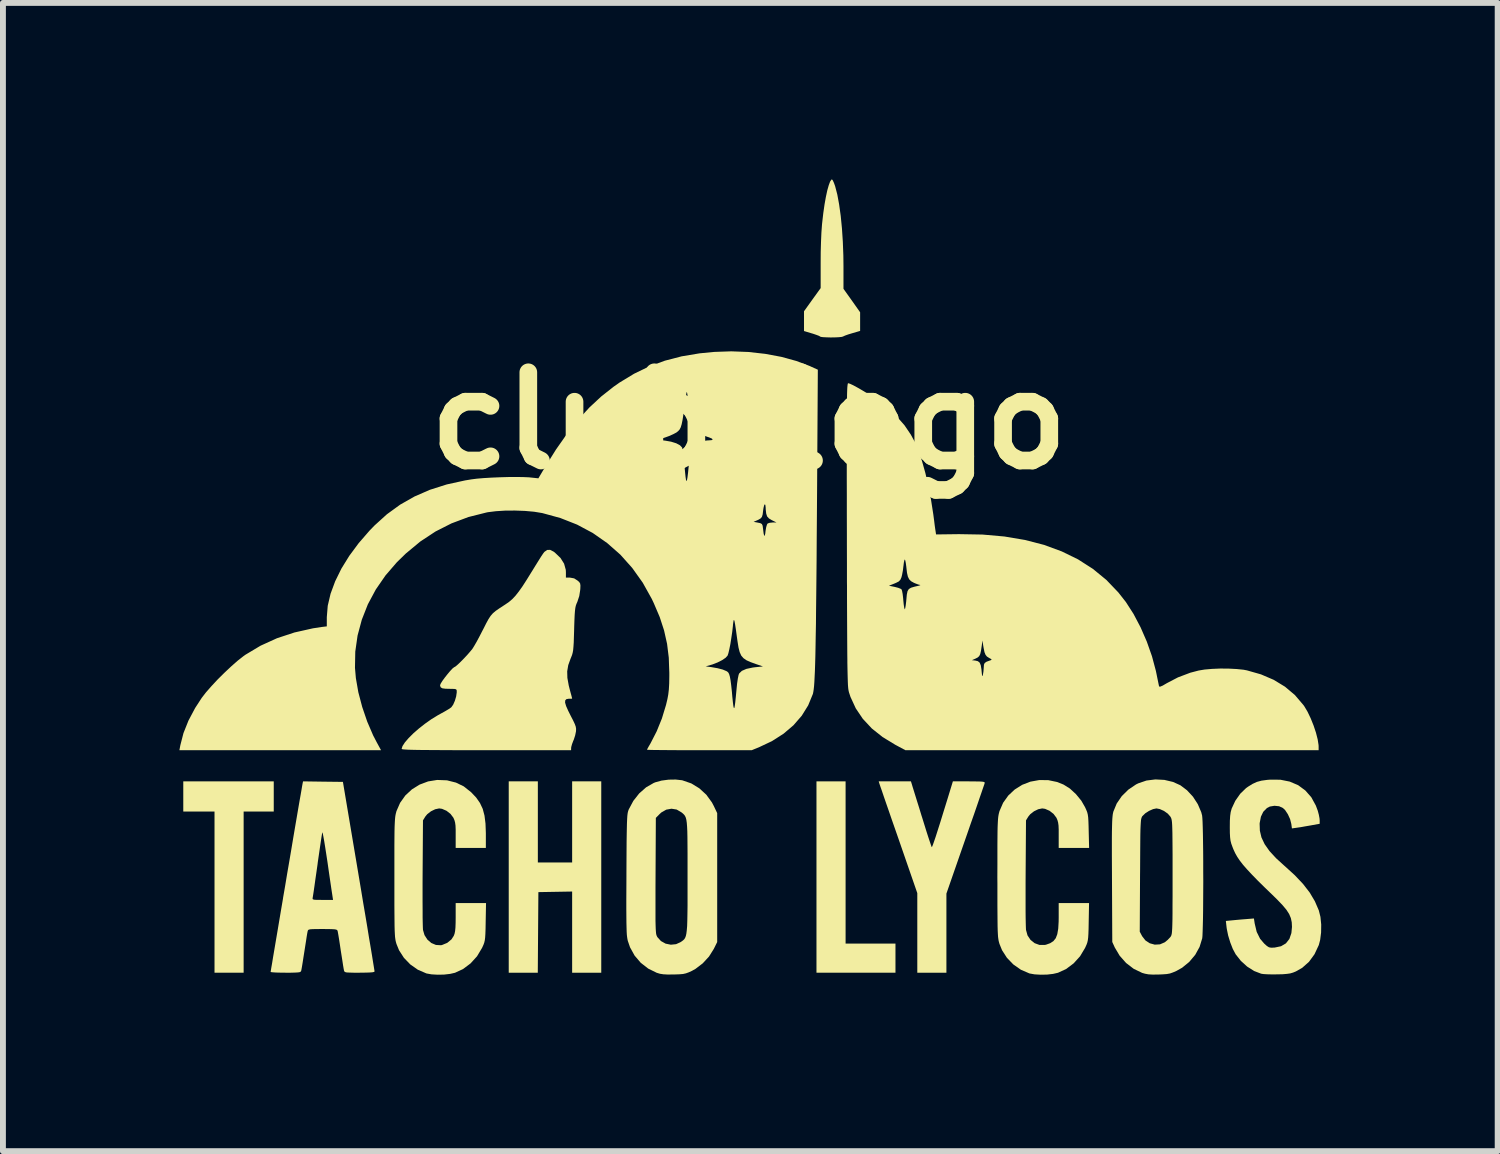
<source format=kicad_pcb>
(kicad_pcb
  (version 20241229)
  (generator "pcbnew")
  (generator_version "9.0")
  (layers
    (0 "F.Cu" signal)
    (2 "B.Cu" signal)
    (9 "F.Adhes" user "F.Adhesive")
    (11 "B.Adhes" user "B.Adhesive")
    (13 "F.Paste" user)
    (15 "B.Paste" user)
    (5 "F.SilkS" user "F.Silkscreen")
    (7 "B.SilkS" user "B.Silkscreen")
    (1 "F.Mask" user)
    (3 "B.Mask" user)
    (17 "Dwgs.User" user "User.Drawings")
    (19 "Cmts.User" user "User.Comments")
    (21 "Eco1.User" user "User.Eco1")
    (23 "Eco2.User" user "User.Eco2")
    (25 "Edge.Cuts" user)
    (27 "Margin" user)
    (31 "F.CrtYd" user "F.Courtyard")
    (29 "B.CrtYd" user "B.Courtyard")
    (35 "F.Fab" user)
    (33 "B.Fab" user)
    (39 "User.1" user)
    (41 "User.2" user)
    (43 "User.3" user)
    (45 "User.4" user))
  (footprint "club_logo"
    (layer "F.Cu")
    (at 9.682 4.101)
    (property "Reference" "club_logo" (at 0 0 0) (layer "F.SilkS") (effects (font (size 1.5 1.5) (thickness 0.3))))
    (attr board_only exclude_from_pos_files exclude_from_bom)
    (fp_poly (pts (xy 1.644 7.512) (xy 1.644 8.891) (xy 2.068 8.891) (xy 2.492 8.891) (xy 2.492 9.138) (xy 2.492 9.386) (xy 1.821 9.386) (xy 1.149 9.386) (xy 1.149 7.76) (xy 1.149 6.133) (xy 1.396 6.133) (xy 1.644 6.133)) (stroke (width 0) (type solid)) (fill yes) (layer "F.SilkS"))
    (fp_poly (pts (xy -8.078 6.39) (xy -8.078 6.646) (xy -8.334 6.646) (xy -8.59 6.646) (xy -8.59 8.016) (xy -8.59 9.386) (xy -8.838 9.386) (xy -9.085 9.386) (xy -9.085 8.016) (xy -9.085 6.646) (xy -9.35 6.646) (xy -9.616 6.646) (xy -9.616 6.39) (xy -9.616 6.133) (xy -8.847 6.133) (xy -8.078 6.133)) (stroke (width 0) (type solid)) (fill yes) (layer "F.SilkS"))
    (fp_poly (pts (xy -3.588 6.823) (xy -3.588 7.512) (xy -3.297 7.512) (xy -3.005 7.512) (xy -3.005 6.823) (xy -3.005 6.133) (xy -2.757 6.133) (xy -2.51 6.133) (xy -2.51 7.76) (xy -2.51 9.386) (xy -2.757 9.386) (xy -3.005 9.386) (xy -3.005 8.696) (xy -3.005 8.006) (xy -3.292 8.011) (xy -3.579 8.016) (xy -3.584 8.701) (xy -3.589 9.386) (xy -3.836 9.386) (xy -4.083 9.386) (xy -4.083 7.76) (xy -4.083 6.133) (xy -3.836 6.133) (xy -3.588 6.133)) (stroke (width 0) (type solid)) (fill yes) (layer "F.SilkS"))
    (fp_poly (pts (xy 1.426 -4.085) (xy 1.445 -4.044) (xy 1.466 -3.986) (xy 1.467 -3.982) (xy 1.503 -3.844) (xy 1.534 -3.675) (xy 1.561 -3.482) (xy 1.582 -3.268) (xy 1.597 -3.041) (xy 1.606 -2.804) (xy 1.608 -2.627) (xy 1.608 -2.241) (xy 1.75 -2.042) (xy 1.891 -1.842) (xy 1.891 -1.684) (xy 1.891 -1.525) (xy 1.754 -1.485) (xy 1.688 -1.465) (xy 1.635 -1.446) (xy 1.604 -1.432) (xy 1.601 -1.43) (xy 1.576 -1.423) (xy 1.527 -1.418) (xy 1.462 -1.415) (xy 1.389 -1.414) (xy 1.319 -1.416) (xy 1.26 -1.419) (xy 1.222 -1.424) (xy 1.212 -1.429) (xy 1.192 -1.441) (xy 1.147 -1.458) (xy 1.085 -1.479) (xy 1.07 -1.483) (xy 0.937 -1.523) (xy 0.937 -1.691) (xy 0.937 -1.859) (xy 1.078 -2.056) (xy 1.22 -2.253) (xy 1.22 -2.682) (xy 1.221 -2.864) (xy 1.226 -3.039) (xy 1.233 -3.199) (xy 1.243 -3.335) (xy 1.247 -3.372) (xy 1.265 -3.529) (xy 1.286 -3.675) (xy 1.309 -3.804) (xy 1.333 -3.915) (xy 1.358 -4.003) (xy 1.381 -4.065) (xy 1.403 -4.097) (xy 1.412 -4.101)) (stroke (width 0) (type solid)) (fill yes) (layer "F.SilkS"))
    (fp_poly (pts (xy 2.773 6.191) (xy 2.782 6.222) (xy 2.801 6.283) (xy 2.827 6.367) (xy 2.859 6.47) (xy 2.896 6.588) (xy 2.935 6.716) (xy 2.944 6.743) (xy 2.983 6.869) (xy 3.019 6.985) (xy 3.051 7.084) (xy 3.078 7.165) (xy 3.097 7.221) (xy 3.107 7.249) (xy 3.109 7.251) (xy 3.115 7.243) (xy 3.128 7.212) (xy 3.148 7.155) (xy 3.176 7.073) (xy 3.211 6.963) (xy 3.255 6.825) (xy 3.307 6.656) (xy 3.369 6.456) (xy 3.434 6.244) (xy 3.468 6.133) (xy 3.742 6.133) (xy 3.846 6.134) (xy 3.92 6.135) (xy 3.968 6.138) (xy 3.996 6.143) (xy 4.008 6.15) (xy 4.009 6.161) (xy 4.008 6.164) (xy 4.001 6.187) (xy 3.983 6.239) (xy 3.956 6.318) (xy 3.92 6.422) (xy 3.878 6.546) (xy 3.829 6.688) (xy 3.774 6.844) (xy 3.716 7.012) (xy 3.679 7.118) (xy 3.358 8.041) (xy 3.358 8.713) (xy 3.358 9.386) (xy 3.111 9.386) (xy 2.863 9.386) (xy 2.863 8.71) (xy 2.863 8.033) (xy 2.548 7.123) (xy 2.488 6.951) (xy 2.431 6.788) (xy 2.379 6.637) (xy 2.332 6.502) (xy 2.292 6.386) (xy 2.26 6.291) (xy 2.236 6.223) (xy 2.222 6.182) (xy 2.219 6.173) (xy 2.207 6.133) (xy 2.481 6.133) (xy 2.755 6.133)) (stroke (width 0) (type solid)) (fill yes) (layer "F.SilkS"))
    (fp_poly (pts (xy -5.142 6.115) (xy -5.13 6.116) (xy -4.98 6.154) (xy -4.848 6.218) (xy -4.727 6.314) (xy -4.722 6.318) (xy -4.636 6.409) (xy -4.572 6.501) (xy -4.525 6.601) (xy -4.495 6.715) (xy -4.478 6.85) (xy -4.472 7.012) (xy -4.472 7.022) (xy -4.472 7.265) (xy -4.728 7.265) (xy -4.985 7.265) (xy -4.985 7.048) (xy -4.985 6.952) (xy -4.988 6.883) (xy -4.995 6.833) (xy -5.006 6.793) (xy -5.022 6.755) (xy -5.024 6.751) (xy -5.073 6.686) (xy -5.141 6.633) (xy -5.217 6.6) (xy -5.266 6.593) (xy -5.333 6.607) (xy -5.405 6.642) (xy -5.469 6.692) (xy -5.501 6.731) (xy -5.541 6.796) (xy -5.547 7.68) (xy -5.548 7.857) (xy -5.548 8.026) (xy -5.548 8.183) (xy -5.547 8.324) (xy -5.547 8.446) (xy -5.545 8.544) (xy -5.543 8.616) (xy -5.541 8.656) (xy -5.541 8.658) (xy -5.515 8.747) (xy -5.466 8.823) (xy -5.399 8.881) (xy -5.321 8.914) (xy -5.239 8.919) (xy -5.219 8.916) (xy -5.129 8.879) (xy -5.057 8.82) (xy -5.018 8.76) (xy -5.004 8.723) (xy -4.995 8.679) (xy -4.989 8.62) (xy -4.986 8.54) (xy -4.985 8.445) (xy -4.985 8.202) (xy -4.727 8.202) (xy -4.469 8.202) (xy -4.475 8.524) (xy -4.477 8.639) (xy -4.48 8.724) (xy -4.484 8.788) (xy -4.49 8.835) (xy -4.499 8.874) (xy -4.512 8.91) (xy -4.53 8.95) (xy -4.537 8.965) (xy -4.622 9.107) (xy -4.732 9.228) (xy -4.86 9.324) (xy -4.996 9.387) (xy -5.079 9.406) (xy -5.182 9.418) (xy -5.292 9.42) (xy -5.396 9.414) (xy -5.48 9.399) (xy -5.488 9.396) (xy -5.629 9.335) (xy -5.757 9.245) (xy -5.865 9.133) (xy -5.948 9.004) (xy -5.992 8.896) (xy -5.999 8.871) (xy -6.006 8.844) (xy -6.011 8.813) (xy -6.016 8.776) (xy -6.019 8.729) (xy -6.022 8.669) (xy -6.024 8.593) (xy -6.025 8.498) (xy -6.026 8.381) (xy -6.027 8.239) (xy -6.027 8.069) (xy -6.027 7.869) (xy -6.027 7.768) (xy -6.027 7.553) (xy -6.027 7.37) (xy -6.027 7.216) (xy -6.026 7.088) (xy -6.025 6.984) (xy -6.023 6.9) (xy -6.02 6.833) (xy -6.017 6.781) (xy -6.013 6.739) (xy -6.008 6.706) (xy -6.002 6.678) (xy -5.995 6.652) (xy -5.992 6.64) (xy -5.93 6.498) (xy -5.841 6.373) (xy -5.729 6.269) (xy -5.598 6.188) (xy -5.454 6.134) (xy -5.3 6.109)) (stroke (width 0) (type solid)) (fill yes) (layer "F.SilkS"))
    (fp_poly (pts (xy 5.088 6.112) (xy 5.241 6.144) (xy 5.348 6.187) (xy 5.457 6.255) (xy 5.56 6.35) (xy 5.651 6.461) (xy 5.714 6.57) (xy 5.735 6.616) (xy 5.751 6.656) (xy 5.761 6.695) (xy 5.768 6.743) (xy 5.772 6.806) (xy 5.775 6.891) (xy 5.777 6.977) (xy 5.784 7.265) (xy 5.525 7.265) (xy 5.267 7.265) (xy 5.267 7.048) (xy 5.267 6.952) (xy 5.264 6.883) (xy 5.257 6.833) (xy 5.246 6.793) (xy 5.23 6.755) (xy 5.228 6.751) (xy 5.179 6.686) (xy 5.111 6.633) (xy 5.035 6.6) (xy 4.986 6.593) (xy 4.919 6.607) (xy 4.847 6.642) (xy 4.783 6.692) (xy 4.751 6.731) (xy 4.711 6.796) (xy 4.705 7.68) (xy 4.704 7.857) (xy 4.704 8.026) (xy 4.704 8.183) (xy 4.704 8.324) (xy 4.705 8.446) (xy 4.707 8.544) (xy 4.709 8.616) (xy 4.711 8.656) (xy 4.711 8.658) (xy 4.737 8.752) (xy 4.788 8.828) (xy 4.858 8.884) (xy 4.94 8.914) (xy 5.029 8.914) (xy 5.051 8.91) (xy 5.123 8.884) (xy 5.177 8.849) (xy 5.217 8.799) (xy 5.243 8.731) (xy 5.259 8.638) (xy 5.266 8.518) (xy 5.267 8.445) (xy 5.267 8.202) (xy 5.525 8.202) (xy 5.783 8.202) (xy 5.777 8.524) (xy 5.775 8.639) (xy 5.772 8.724) (xy 5.768 8.788) (xy 5.762 8.835) (xy 5.753 8.874) (xy 5.74 8.91) (xy 5.722 8.95) (xy 5.715 8.965) (xy 5.63 9.107) (xy 5.52 9.228) (xy 5.392 9.324) (xy 5.255 9.387) (xy 5.173 9.406) (xy 5.07 9.418) (xy 4.96 9.42) (xy 4.856 9.414) (xy 4.772 9.399) (xy 4.764 9.396) (xy 4.623 9.335) (xy 4.495 9.245) (xy 4.387 9.133) (xy 4.304 9.004) (xy 4.26 8.896) (xy 4.253 8.871) (xy 4.246 8.844) (xy 4.241 8.813) (xy 4.236 8.776) (xy 4.233 8.729) (xy 4.23 8.669) (xy 4.228 8.593) (xy 4.227 8.498) (xy 4.226 8.381) (xy 4.225 8.239) (xy 4.225 8.069) (xy 4.225 7.869) (xy 4.224 7.768) (xy 4.225 7.553) (xy 4.225 7.37) (xy 4.225 7.216) (xy 4.226 7.088) (xy 4.227 6.984) (xy 4.229 6.9) (xy 4.232 6.833) (xy 4.235 6.781) (xy 4.239 6.739) (xy 4.244 6.706) (xy 4.25 6.678) (xy 4.257 6.652) (xy 4.26 6.64) (xy 4.322 6.497) (xy 4.41 6.374) (xy 4.519 6.272) (xy 4.646 6.192) (xy 4.786 6.138) (xy 4.935 6.111)) (stroke (width 0) (type solid)) (fill yes) (layer "F.SilkS"))
    (fp_poly (pts (xy -1.137 6.114) (xy -1.129 6.116) (xy -0.979 6.168) (xy -0.843 6.251) (xy -0.724 6.36) (xy -0.628 6.492) (xy -0.596 6.553) (xy -0.539 6.673) (xy -0.539 7.769) (xy -0.539 8.865) (xy -0.597 8.982) (xy -0.678 9.111) (xy -0.785 9.227) (xy -0.908 9.321) (xy -0.969 9.355) (xy -1.024 9.38) (xy -1.071 9.397) (xy -1.12 9.408) (xy -1.181 9.413) (xy -1.265 9.416) (xy -1.281 9.416) (xy -1.38 9.417) (xy -1.454 9.413) (xy -1.512 9.404) (xy -1.565 9.388) (xy -1.568 9.387) (xy -1.712 9.316) (xy -1.839 9.217) (xy -1.943 9.095) (xy -2.021 8.954) (xy -2.059 8.843) (xy -2.065 8.815) (xy -2.07 8.783) (xy -2.075 8.741) (xy -2.078 8.688) (xy -2.08 8.621) (xy -2.082 8.537) (xy -2.083 8.432) (xy -2.084 8.304) (xy -2.084 8.279) (xy -1.588 8.279) (xy -1.588 8.402) (xy -1.588 8.501) (xy -1.586 8.579) (xy -1.584 8.639) (xy -1.581 8.685) (xy -1.578 8.718) (xy -1.573 8.742) (xy -1.567 8.759) (xy -1.56 8.773) (xy -1.556 8.781) (xy -1.495 8.848) (xy -1.416 8.892) (xy -1.327 8.91) (xy -1.238 8.901) (xy -1.165 8.868) (xy -1.139 8.851) (xy -1.118 8.835) (xy -1.099 8.817) (xy -1.084 8.793) (xy -1.072 8.762) (xy -1.063 8.721) (xy -1.056 8.665) (xy -1.05 8.593) (xy -1.047 8.502) (xy -1.045 8.389) (xy -1.043 8.251) (xy -1.043 8.085) (xy -1.043 7.888) (xy -1.043 7.754) (xy -1.043 7.541) (xy -1.043 7.359) (xy -1.044 7.207) (xy -1.045 7.082) (xy -1.047 6.981) (xy -1.051 6.9) (xy -1.056 6.837) (xy -1.063 6.788) (xy -1.072 6.752) (xy -1.084 6.725) (xy -1.098 6.704) (xy -1.115 6.686) (xy -1.136 6.668) (xy -1.148 6.659) (xy -1.228 6.612) (xy -1.316 6.598) (xy -1.405 6.614) (xy -1.489 6.662) (xy -1.521 6.692) (xy -1.582 6.754) (xy -1.587 7.739) (xy -1.588 7.95) (xy -1.588 8.129) (xy -1.588 8.279) (xy -2.084 8.279) (xy -2.084 8.15) (xy -2.083 7.967) (xy -2.082 7.752) (xy -2.082 7.712) (xy -2.081 7.495) (xy -2.08 7.311) (xy -2.079 7.156) (xy -2.077 7.028) (xy -2.075 6.924) (xy -2.073 6.841) (xy -2.07 6.775) (xy -2.067 6.725) (xy -2.063 6.687) (xy -2.058 6.658) (xy -2.052 6.636) (xy -2.045 6.617) (xy -2.043 6.611) (xy -1.965 6.465) (xy -1.865 6.338) (xy -1.747 6.234) (xy -1.618 6.16) (xy -1.591 6.149) (xy -1.486 6.12) (xy -1.365 6.104) (xy -1.244 6.102)) (stroke (width 0) (type solid)) (fill yes) (layer "F.SilkS"))
    (fp_poly (pts (xy 7.063 6.108) (xy 7.211 6.143) (xy 7.335 6.199) (xy 7.448 6.284) (xy 7.55 6.394) (xy 7.632 6.521) (xy 7.69 6.656) (xy 7.705 6.713) (xy 7.709 6.752) (xy 7.713 6.821) (xy 7.716 6.918) (xy 7.719 7.038) (xy 7.721 7.177) (xy 7.723 7.33) (xy 7.724 7.494) (xy 7.724 7.664) (xy 7.725 7.836) (xy 7.724 8.007) (xy 7.723 8.172) (xy 7.722 8.326) (xy 7.72 8.467) (xy 7.717 8.589) (xy 7.714 8.688) (xy 7.711 8.761) (xy 7.707 8.803) (xy 7.706 8.805) (xy 7.662 8.948) (xy 7.588 9.082) (xy 7.487 9.202) (xy 7.366 9.301) (xy 7.27 9.355) (xy 7.21 9.381) (xy 7.159 9.399) (xy 7.104 9.409) (xy 7.035 9.414) (xy 6.964 9.417) (xy 6.866 9.418) (xy 6.793 9.414) (xy 6.734 9.403) (xy 6.685 9.389) (xy 6.542 9.32) (xy 6.413 9.221) (xy 6.304 9.098) (xy 6.219 8.955) (xy 6.218 8.952) (xy 6.178 8.864) (xy 6.177 8.689) (xy 6.645 8.689) (xy 6.686 8.766) (xy 6.742 8.838) (xy 6.816 8.886) (xy 6.901 8.909) (xy 6.989 8.904) (xy 7.07 8.869) (xy 7.07 8.869) (xy 7.12 8.828) (xy 7.163 8.783) (xy 7.166 8.779) (xy 7.174 8.768) (xy 7.181 8.754) (xy 7.186 8.737) (xy 7.191 8.712) (xy 7.194 8.677) (xy 7.197 8.628) (xy 7.199 8.563) (xy 7.201 8.48) (xy 7.202 8.374) (xy 7.202 8.244) (xy 7.203 8.086) (xy 7.203 7.897) (xy 7.203 7.763) (xy 7.203 7.553) (xy 7.203 7.376) (xy 7.202 7.228) (xy 7.201 7.107) (xy 7.2 7.01) (xy 7.198 6.933) (xy 7.196 6.874) (xy 7.193 6.829) (xy 7.189 6.797) (xy 7.184 6.773) (xy 7.178 6.755) (xy 7.17 6.74) (xy 7.167 6.734) (xy 7.122 6.682) (xy 7.057 6.636) (xy 6.986 6.604) (xy 6.929 6.593) (xy 6.871 6.605) (xy 6.803 6.635) (xy 6.739 6.676) (xy 6.693 6.721) (xy 6.691 6.722) (xy 6.683 6.734) (xy 6.677 6.748) (xy 6.671 6.767) (xy 6.666 6.793) (xy 6.663 6.83) (xy 6.66 6.881) (xy 6.657 6.948) (xy 6.655 7.035) (xy 6.654 7.144) (xy 6.653 7.279) (xy 6.652 7.441) (xy 6.651 7.635) (xy 6.65 7.731) (xy 6.645 8.689) (xy 6.177 8.689) (xy 6.173 7.806) (xy 6.172 7.582) (xy 6.171 7.391) (xy 6.171 7.229) (xy 6.171 7.094) (xy 6.172 6.983) (xy 6.174 6.894) (xy 6.176 6.822) (xy 6.179 6.766) (xy 6.183 6.722) (xy 6.187 6.689) (xy 6.193 6.662) (xy 6.196 6.648) (xy 6.253 6.51) (xy 6.34 6.383) (xy 6.452 6.273) (xy 6.582 6.185) (xy 6.621 6.166) (xy 6.759 6.119) (xy 6.91 6.1)) (stroke (width 0) (type solid)) (fill yes) (layer "F.SilkS"))
    (fp_poly (pts (xy 9.035 6.105) (xy 9.195 6.137) (xy 9.338 6.198) (xy 9.46 6.288) (xy 9.562 6.404) (xy 9.639 6.545) (xy 9.671 6.631) (xy 9.689 6.698) (xy 9.701 6.761) (xy 9.704 6.796) (xy 9.704 6.854) (xy 9.545 6.883) (xy 9.463 6.897) (xy 9.385 6.911) (xy 9.323 6.92) (xy 9.309 6.922) (xy 9.232 6.933) (xy 9.222 6.858) (xy 9.201 6.775) (xy 9.163 6.692) (xy 9.116 6.621) (xy 9.079 6.586) (xy 9.014 6.556) (xy 8.935 6.548) (xy 8.857 6.561) (xy 8.808 6.586) (xy 8.745 6.65) (xy 8.705 6.733) (xy 8.684 6.841) (xy 8.683 6.855) (xy 8.687 6.972) (xy 8.714 7.086) (xy 8.768 7.2) (xy 8.85 7.317) (xy 8.962 7.439) (xy 9.106 7.57) (xy 9.111 7.574) (xy 9.281 7.729) (xy 9.421 7.877) (xy 9.534 8.023) (xy 9.622 8.171) (xy 9.688 8.324) (xy 9.689 8.326) (xy 9.717 8.437) (xy 9.73 8.567) (xy 9.728 8.702) (xy 9.712 8.829) (xy 9.689 8.916) (xy 9.616 9.072) (xy 9.522 9.201) (xy 9.407 9.303) (xy 9.3 9.364) (xy 9.251 9.384) (xy 9.203 9.398) (xy 9.147 9.406) (xy 9.074 9.412) (xy 8.988 9.414) (xy 8.898 9.415) (xy 8.814 9.413) (xy 8.747 9.409) (xy 8.709 9.403) (xy 8.589 9.357) (xy 8.471 9.282) (xy 8.363 9.184) (xy 8.274 9.071) (xy 8.274 9.07) (xy 8.227 8.982) (xy 8.184 8.872) (xy 8.148 8.754) (xy 8.125 8.642) (xy 8.121 8.614) (xy 8.109 8.506) (xy 8.213 8.496) (xy 8.286 8.489) (xy 8.374 8.481) (xy 8.451 8.475) (xy 8.586 8.464) (xy 8.599 8.549) (xy 8.633 8.692) (xy 8.691 8.809) (xy 8.761 8.891) (xy 8.807 8.932) (xy 8.842 8.954) (xy 8.879 8.961) (xy 8.932 8.959) (xy 8.942 8.958) (xy 9.047 8.936) (xy 9.13 8.887) (xy 9.189 8.812) (xy 9.223 8.712) (xy 9.233 8.608) (xy 9.229 8.529) (xy 9.214 8.458) (xy 9.185 8.389) (xy 9.139 8.317) (xy 9.072 8.237) (xy 8.983 8.144) (xy 8.921 8.083) (xy 8.774 7.941) (xy 8.651 7.82) (xy 8.55 7.716) (xy 8.467 7.627) (xy 8.399 7.549) (xy 8.345 7.479) (xy 8.302 7.415) (xy 8.267 7.353) (xy 8.238 7.29) (xy 8.221 7.247) (xy 8.201 7.192) (xy 8.188 7.141) (xy 8.181 7.084) (xy 8.177 7.011) (xy 8.176 6.913) (xy 8.176 6.911) (xy 8.177 6.802) (xy 8.182 6.72) (xy 8.191 6.656) (xy 8.206 6.602) (xy 8.207 6.597) (xy 8.269 6.464) (xy 8.353 6.344) (xy 8.453 6.247) (xy 8.487 6.223) (xy 8.565 6.175) (xy 8.637 6.142) (xy 8.715 6.121) (xy 8.81 6.108) (xy 8.859 6.104)) (stroke (width 0) (type solid)) (fill yes) (layer "F.SilkS"))
    (fp_poly (pts (xy -7.241 6.138) (xy -6.902 6.142) (xy -6.633 7.742) (xy -6.594 7.975) (xy -6.557 8.199) (xy -6.521 8.41) (xy -6.488 8.607) (xy -6.459 8.787) (xy -6.432 8.946) (xy -6.409 9.084) (xy -6.391 9.197) (xy -6.377 9.283) (xy -6.368 9.339) (xy -6.364 9.363) (xy -6.364 9.364) (xy -6.373 9.373) (xy -6.402 9.379) (xy -6.457 9.383) (xy -6.54 9.385) (xy -6.619 9.386) (xy -6.719 9.386) (xy -6.789 9.384) (xy -6.835 9.382) (xy -6.862 9.376) (xy -6.876 9.367) (xy -6.882 9.354) (xy -6.884 9.346) (xy -6.89 9.316) (xy -6.9 9.257) (xy -6.912 9.177) (xy -6.927 9.082) (xy -6.939 9.006) (xy -6.954 8.905) (xy -6.968 8.815) (xy -6.98 8.742) (xy -6.989 8.692) (xy -6.993 8.674) (xy -7 8.662) (xy -7.016 8.653) (xy -7.047 8.648) (xy -7.099 8.645) (xy -7.176 8.644) (xy -7.248 8.643) (xy -7.345 8.644) (xy -7.413 8.645) (xy -7.457 8.648) (xy -7.483 8.654) (xy -7.495 8.663) (xy -7.501 8.678) (xy -7.502 8.683) (xy -7.508 8.713) (xy -7.518 8.772) (xy -7.53 8.852) (xy -7.545 8.947) (xy -7.557 9.023) (xy -7.573 9.124) (xy -7.587 9.215) (xy -7.599 9.288) (xy -7.608 9.337) (xy -7.612 9.355) (xy -7.619 9.367) (xy -7.634 9.376) (xy -7.665 9.381) (xy -7.715 9.384) (xy -7.791 9.386) (xy -7.876 9.386) (xy -7.966 9.385) (xy -8.042 9.383) (xy -8.098 9.379) (xy -8.128 9.375) (xy -8.131 9.373) (xy -8.128 9.354) (xy -8.12 9.304) (xy -8.106 9.224) (xy -8.089 9.119) (xy -8.067 8.99) (xy -8.042 8.842) (xy -8.014 8.677) (xy -7.984 8.498) (xy -7.952 8.308) (xy -7.921 8.127) (xy -7.418 8.127) (xy -7.413 8.138) (xy -7.392 8.145) (xy -7.351 8.148) (xy -7.284 8.148) (xy -7.247 8.149) (xy -7.07 8.149) (xy -7.08 8.082) (xy -7.085 8.048) (xy -7.095 7.984) (xy -7.108 7.895) (xy -7.124 7.786) (xy -7.142 7.663) (xy -7.161 7.529) (xy -7.166 7.495) (xy -7.186 7.365) (xy -7.204 7.249) (xy -7.22 7.15) (xy -7.234 7.073) (xy -7.244 7.022) (xy -7.251 6.999) (xy -7.252 7) (xy -7.257 7.023) (xy -7.266 7.077) (xy -7.278 7.157) (xy -7.293 7.259) (xy -7.31 7.376) (xy -7.329 7.506) (xy -7.334 7.548) (xy -7.353 7.681) (xy -7.371 7.805) (xy -7.386 7.913) (xy -7.399 8.003) (xy -7.409 8.068) (xy -7.415 8.104) (xy -7.416 8.109) (xy -7.418 8.127) (xy -7.921 8.127) (xy -7.919 8.11) (xy -7.884 7.908) (xy -7.85 7.703) (xy -7.815 7.5) (xy -7.781 7.3) (xy -7.749 7.108) (xy -7.718 6.925) (xy -7.689 6.756) (xy -7.663 6.603) (xy -7.64 6.469) (xy -7.62 6.357) (xy -7.605 6.27) (xy -7.595 6.21) (xy -7.59 6.182) (xy -7.59 6.182) (xy -7.58 6.133)) (stroke (width 0) (type solid)) (fill yes) (layer "F.SilkS"))
    (fp_poly (pts (xy -3.319 2.228) (xy -3.298 2.244) (xy -3.203 2.335) (xy -3.142 2.432) (xy -3.113 2.537) (xy -3.111 2.58) (xy -3.111 2.669) (xy -3.042 2.669) (xy -2.971 2.682) (xy -2.916 2.717) (xy -2.885 2.744) (xy -2.869 2.769) (xy -2.864 2.803) (xy -2.866 2.858) (xy -2.868 2.88) (xy -2.884 2.982) (xy -2.914 3.074) (xy -2.918 3.084) (xy -2.932 3.116) (xy -2.943 3.148) (xy -2.951 3.186) (xy -2.957 3.235) (xy -2.962 3.301) (xy -2.966 3.39) (xy -2.97 3.506) (xy -2.971 3.553) (xy -2.975 3.679) (xy -2.978 3.776) (xy -2.983 3.848) (xy -2.988 3.903) (xy -2.996 3.946) (xy -3.006 3.983) (xy -3.02 4.019) (xy -3.032 4.048) (xy -3.071 4.156) (xy -3.089 4.262) (xy -3.086 4.374) (xy -3.063 4.502) (xy -3.051 4.55) (xy -3.032 4.622) (xy -3.016 4.68) (xy -3.007 4.717) (xy -3.005 4.726) (xy -3.02 4.728) (xy -3.058 4.728) (xy -3.062 4.728) (xy -3.102 4.735) (xy -3.122 4.755) (xy -3.125 4.793) (xy -3.108 4.852) (xy -3.071 4.935) (xy -3.031 5.015) (xy -2.988 5.098) (xy -2.96 5.158) (xy -2.944 5.202) (xy -2.938 5.238) (xy -2.939 5.274) (xy -2.94 5.285) (xy -2.954 5.353) (xy -2.977 5.424) (xy -2.986 5.444) (xy -3.007 5.5) (xy -3.02 5.548) (xy -3.022 5.563) (xy -3.023 5.603) (xy -4.463 5.603) (xy -4.732 5.603) (xy -4.968 5.603) (xy -5.172 5.602) (xy -5.346 5.601) (xy -5.493 5.6) (xy -5.614 5.599) (xy -5.711 5.597) (xy -5.786 5.595) (xy -5.841 5.592) (xy -5.877 5.589) (xy -5.898 5.585) (xy -5.904 5.581) (xy -5.889 5.533) (xy -5.848 5.47) (xy -5.785 5.397) (xy -5.705 5.317) (xy -5.611 5.235) (xy -5.508 5.154) (xy -5.399 5.077) (xy -5.29 5.01) (xy -5.232 4.978) (xy -5.165 4.941) (xy -5.106 4.906) (xy -5.065 4.878) (xy -5.059 4.873) (xy -5.028 4.83) (xy -4.999 4.764) (xy -4.977 4.69) (xy -4.967 4.621) (xy -4.967 4.61) (xy -4.968 4.583) (xy -4.978 4.568) (xy -5.004 4.562) (xy -5.055 4.56) (xy -5.08 4.56) (xy -5.16 4.558) (xy -5.211 4.551) (xy -5.239 4.535) (xy -5.249 4.51) (xy -5.25 4.497) (xy -5.239 4.47) (xy -5.211 4.425) (xy -5.171 4.37) (xy -5.125 4.312) (xy -5.08 4.258) (xy -5.04 4.215) (xy -5.011 4.192) (xy -5.004 4.189) (xy -4.984 4.177) (xy -4.946 4.144) (xy -4.897 4.097) (xy -4.842 4.041) (xy -4.787 3.982) (xy -4.739 3.927) (xy -4.702 3.882) (xy -4.697 3.874) (xy -4.669 3.829) (xy -4.629 3.76) (xy -4.584 3.676) (xy -4.536 3.583) (xy -4.516 3.545) (xy -4.467 3.448) (xy -4.428 3.376) (xy -4.392 3.321) (xy -4.353 3.276) (xy -4.305 3.235) (xy -4.24 3.19) (xy -4.154 3.134) (xy -4.136 3.122) (xy -4.078 3.082) (xy -4.023 3.035) (xy -3.969 2.978) (xy -3.913 2.907) (xy -3.849 2.817) (xy -3.777 2.705) (xy -3.691 2.566) (xy -3.687 2.56) (xy -3.63 2.467) (xy -3.577 2.382) (xy -3.532 2.31) (xy -3.497 2.258) (xy -3.477 2.232) (xy -3.431 2.199) (xy -3.38 2.197)) (stroke (width 0) (type solid)) (fill yes) (layer "F.SilkS"))
    (fp_poly (pts (xy 1.718 -0.627) (xy 1.772 -0.602) (xy 1.842 -0.564) (xy 1.924 -0.517) (xy 2.009 -0.465) (xy 2.093 -0.412) (xy 2.168 -0.36) (xy 2.168 -0.36) (xy 2.357 -0.214) (xy 2.515 -0.069) (xy 2.646 0.08) (xy 2.753 0.238) (xy 2.819 0.36) (xy 2.882 0.508) (xy 2.943 0.687) (xy 3 0.89) (xy 3.052 1.113) (xy 3.097 1.349) (xy 3.135 1.593) (xy 3.137 1.608) (xy 3.149 1.698) (xy 3.159 1.78) (xy 3.168 1.844) (xy 3.174 1.882) (xy 3.174 1.882) (xy 3.182 1.935) (xy 3.573 1.93) (xy 3.971 1.937) (xy 4.344 1.97) (xy 4.694 2.029) (xy 5.019 2.113) (xy 5.32 2.224) (xy 5.596 2.359) (xy 5.849 2.521) (xy 6.077 2.708) (xy 6.281 2.921) (xy 6.409 3.084) (xy 6.539 3.286) (xy 6.659 3.514) (xy 6.765 3.757) (xy 6.853 4.007) (xy 6.919 4.254) (xy 6.93 4.307) (xy 6.946 4.386) (xy 6.96 4.454) (xy 6.97 4.502) (xy 6.974 4.52) (xy 6.992 4.523) (xy 7.035 4.505) (xy 7.1 4.467) (xy 7.109 4.462) (xy 7.295 4.365) (xy 7.504 4.286) (xy 7.645 4.249) (xy 7.746 4.232) (xy 7.872 4.221) (xy 8.012 4.215) (xy 8.155 4.216) (xy 8.291 4.223) (xy 8.409 4.235) (xy 8.467 4.246) (xy 8.706 4.314) (xy 8.923 4.407) (xy 9.115 4.524) (xy 9.282 4.665) (xy 9.423 4.83) (xy 9.443 4.857) (xy 9.498 4.95) (xy 9.551 5.061) (xy 9.6 5.183) (xy 9.641 5.306) (xy 9.67 5.42) (xy 9.685 5.516) (xy 9.686 5.545) (xy 9.686 5.603) (xy 6.173 5.603) (xy 2.66 5.603) (xy 2.487 5.51) (xy 2.272 5.379) (xy 2.089 5.233) (xy 1.937 5.07) (xy 1.817 4.892) (xy 1.727 4.697) (xy 1.702 4.621) (xy 1.698 4.605) (xy 1.694 4.586) (xy 1.69 4.562) (xy 1.687 4.532) (xy 1.684 4.493) (xy 1.682 4.444) (xy 1.68 4.383) (xy 1.678 4.309) (xy 1.676 4.22) (xy 1.674 4.113) (xy 1.674 4.073) (xy 3.791 4.073) (xy 3.848 4.079) (xy 3.893 4.09) (xy 3.923 4.114) (xy 3.942 4.159) (xy 3.954 4.23) (xy 3.956 4.255) (xy 3.962 4.315) (xy 3.967 4.342) (xy 3.973 4.341) (xy 3.978 4.322) (xy 3.987 4.269) (xy 3.992 4.205) (xy 3.993 4.193) (xy 3.996 4.149) (xy 4.009 4.121) (xy 4.038 4.1) (xy 4.092 4.08) (xy 4.108 4.075) (xy 4.126 4.066) (xy 4.119 4.054) (xy 4.083 4.034) (xy 4.047 4.011) (xy 4.023 3.981) (xy 4.005 3.936) (xy 3.991 3.867) (xy 3.984 3.827) (xy 3.971 3.738) (xy 3.958 3.831) (xy 3.946 3.913) (xy 3.933 3.968) (xy 3.916 4.003) (xy 3.891 4.026) (xy 3.857 4.044) (xy 3.791 4.073) (xy 1.674 4.073) (xy 1.673 3.988) (xy 1.672 3.842) (xy 1.671 3.674) (xy 1.67 3.482) (xy 1.669 3.264) (xy 1.668 3.018) (xy 1.668 2.807) (xy 2.381 2.807) (xy 2.479 2.827) (xy 2.537 2.842) (xy 2.58 2.859) (xy 2.595 2.869) (xy 2.604 2.895) (xy 2.614 2.947) (xy 2.622 3.016) (xy 2.625 3.053) (xy 2.632 3.123) (xy 2.64 3.176) (xy 2.648 3.205) (xy 2.651 3.208) (xy 2.658 3.188) (xy 2.666 3.141) (xy 2.674 3.076) (xy 2.677 3.042) (xy 2.685 2.957) (xy 2.697 2.9) (xy 2.719 2.864) (xy 2.756 2.841) (xy 2.813 2.824) (xy 2.843 2.817) (xy 2.891 2.806) (xy 2.915 2.797) (xy 2.912 2.794) (xy 2.878 2.786) (xy 2.828 2.767) (xy 2.803 2.756) (xy 2.757 2.73) (xy 2.725 2.698) (xy 2.703 2.653) (xy 2.688 2.588) (xy 2.677 2.495) (xy 2.677 2.492) (xy 2.669 2.43) (xy 2.66 2.383) (xy 2.652 2.36) (xy 2.652 2.36) (xy 2.644 2.372) (xy 2.635 2.411) (xy 2.628 2.469) (xy 2.627 2.474) (xy 2.618 2.548) (xy 2.605 2.618) (xy 2.594 2.663) (xy 2.576 2.704) (xy 2.55 2.733) (xy 2.504 2.757) (xy 2.476 2.769) (xy 2.381 2.807) (xy 1.668 2.807) (xy 1.667 2.743) (xy 1.667 2.437) (xy 1.666 2.098) (xy 1.666 1.94) (xy 1.665 1.585) (xy 1.665 1.264) (xy 1.664 0.975) (xy 1.664 0.717) (xy 1.664 0.487) (xy 1.664 0.285) (xy 1.664 0.107) (xy 1.665 -0.046) (xy 1.666 -0.177) (xy 1.667 -0.288) (xy 1.668 -0.38) (xy 1.669 -0.455) (xy 1.671 -0.514) (xy 1.673 -0.56) (xy 1.676 -0.593) (xy 1.679 -0.615) (xy 1.682 -0.629) (xy 1.685 -0.635) (xy 1.688 -0.636)) (stroke (width 0) (type solid)) (fill yes) (layer "F.SilkS"))
    (fp_poly (pts (xy -0.008 -1.167) (xy 0.278 -1.135) (xy 0.552 -1.084) (xy 0.807 -1.014) (xy 1.038 -0.927) (xy 1.054 -0.919) (xy 1.172 -0.866) (xy 1.159 1.224) (xy 1.156 1.638) (xy 1.153 2.017) (xy 1.151 2.364) (xy 1.148 2.68) (xy 1.145 2.967) (xy 1.142 3.225) (xy 1.14 3.456) (xy 1.136 3.662) (xy 1.133 3.844) (xy 1.13 4.003) (xy 1.126 4.142) (xy 1.122 4.26) (xy 1.117 4.361) (xy 1.113 4.444) (xy 1.108 4.513) (xy 1.102 4.567) (xy 1.096 4.608) (xy 1.09 4.639) (xy 1.087 4.649) (xy 1.008 4.841) (xy 0.898 5.018) (xy 0.758 5.179) (xy 0.589 5.323) (xy 0.392 5.449) (xy 0.172 5.553) (xy 0.049 5.603) (xy -0.841 5.603) (xy -1.015 5.603) (xy -1.178 5.603) (xy -1.326 5.602) (xy -1.456 5.601) (xy -1.565 5.6) (xy -1.649 5.599) (xy -1.706 5.597) (xy -1.731 5.596) (xy -1.732 5.595) (xy -1.724 5.577) (xy -1.702 5.537) (xy -1.671 5.484) (xy -1.669 5.48) (xy -1.568 5.283) (xy -1.479 5.064) (xy -1.409 4.834) (xy -1.385 4.733) (xy -1.371 4.657) (xy -1.361 4.572) (xy -1.355 4.47) (xy -1.353 4.344) (xy -1.353 4.286) (xy -1.357 4.178) (xy -0.734 4.178) (xy -0.638 4.191) (xy -0.534 4.209) (xy -0.445 4.232) (xy -0.381 4.259) (xy -0.365 4.269) (xy -0.348 4.286) (xy -0.335 4.313) (xy -0.323 4.354) (xy -0.312 4.414) (xy -0.301 4.498) (xy -0.289 4.61) (xy -0.282 4.693) (xy -0.272 4.788) (xy -0.264 4.852) (xy -0.256 4.885) (xy -0.248 4.887) (xy -0.241 4.856) (xy -0.232 4.791) (xy -0.222 4.693) (xy -0.212 4.587) (xy -0.201 4.474) (xy -0.188 4.385) (xy -0.175 4.323) (xy -0.165 4.298) (xy -0.119 4.254) (xy -0.043 4.221) (xy 0.065 4.198) (xy 0.111 4.192) (xy 0.239 4.179) (xy 0.124 4.14) (xy 0.03 4.106) (xy -0.04 4.075) (xy -0.092 4.039) (xy -0.13 3.995) (xy -0.157 3.935) (xy -0.177 3.856) (xy -0.194 3.749) (xy -0.205 3.671) (xy -0.221 3.553) (xy -0.234 3.467) (xy -0.244 3.413) (xy -0.252 3.389) (xy -0.258 3.392) (xy -0.264 3.421) (xy -0.271 3.473) (xy -0.271 3.482) (xy -0.283 3.589) (xy -0.299 3.697) (xy -0.315 3.799) (xy -0.333 3.888) (xy -0.349 3.956) (xy -0.363 3.996) (xy -0.396 4.032) (xy -0.455 4.072) (xy -0.532 4.111) (xy -0.619 4.145) (xy -0.654 4.155) (xy -0.734 4.178) (xy -1.357 4.178) (xy -1.362 4.031) (xy -1.391 3.795) (xy -1.442 3.567) (xy -1.516 3.34) (xy -1.617 3.103) (xy -1.651 3.031) (xy -1.805 2.755) (xy -1.984 2.504) (xy -2.185 2.279) (xy -2.41 2.081) (xy -2.655 1.91) (xy -2.921 1.768) (xy -3.04 1.721) (xy 0.08 1.721) (xy 0.146 1.733) (xy 0.194 1.743) (xy 0.221 1.758) (xy 0.234 1.788) (xy 0.241 1.843) (xy 0.242 1.851) (xy 0.251 1.921) (xy 0.26 1.956) (xy 0.269 1.956) (xy 0.278 1.921) (xy 0.283 1.876) (xy 0.294 1.811) (xy 0.308 1.765) (xy 0.32 1.748) (xy 0.354 1.737) (xy 0.403 1.732) (xy 0.407 1.732) (xy 0.468 1.731) (xy 0.389 1.692) (xy 0.341 1.663) (xy 0.31 1.629) (xy 0.294 1.58) (xy 0.286 1.508) (xy 0.285 1.479) (xy 0.28 1.434) (xy 0.271 1.422) (xy 0.26 1.438) (xy 0.249 1.482) (xy 0.242 1.528) (xy 0.234 1.595) (xy 0.221 1.637) (xy 0.198 1.664) (xy 0.16 1.686) (xy 0.144 1.693) (xy 0.08 1.721) (xy -3.04 1.721) (xy -3.205 1.656) (xy -3.508 1.573) (xy -3.517 1.571) (xy -3.651 1.549) (xy -3.808 1.535) (xy -3.975 1.529) (xy -4.143 1.53) (xy -4.301 1.54) (xy -4.438 1.557) (xy -4.462 1.562) (xy -4.768 1.639) (xy -5.056 1.747) (xy -5.328 1.885) (xy -5.586 2.055) (xy -5.831 2.258) (xy -5.984 2.407) (xy -6.178 2.632) (xy -6.343 2.871) (xy -6.478 3.123) (xy -6.581 3.385) (xy -6.653 3.654) (xy -6.692 3.927) (xy -6.697 4.202) (xy -6.682 4.377) (xy -6.64 4.618) (xy -6.574 4.868) (xy -6.489 5.117) (xy -6.388 5.352) (xy -6.326 5.471) (xy -6.254 5.603) (xy -7.968 5.603) (xy -9.682 5.603) (xy -9.666 5.519) (xy -9.613 5.313) (xy -9.528 5.1) (xy -9.414 4.885) (xy -9.302 4.713) (xy -9.231 4.621) (xy -9.138 4.515) (xy -9.032 4.401) (xy -8.917 4.287) (xy -8.802 4.179) (xy -8.692 4.082) (xy -8.594 4.005) (xy -8.559 3.98) (xy -8.303 3.827) (xy -8.024 3.7) (xy -7.727 3.602) (xy -7.411 3.531) (xy -7.26 3.508) (xy -7.176 3.498) (xy -7.176 3.342) (xy -7.16 3.147) (xy -7.112 2.943) (xy -7.034 2.732) (xy -6.928 2.516) (xy -6.794 2.299) (xy -6.634 2.083) (xy -6.451 1.872) (xy -6.365 1.783) (xy -6.154 1.592) (xy -5.928 1.428) (xy -5.685 1.29) (xy -5.423 1.176) (xy -5.137 1.085) (xy -4.827 1.017) (xy -4.719 0.999) (xy -4.626 0.987) (xy -4.508 0.977) (xy -4.374 0.969) (xy -4.231 0.963) (xy -4.088 0.959) (xy -3.953 0.958) (xy -3.834 0.96) (xy -3.739 0.964) (xy -3.712 0.967) (xy -3.579 0.981) (xy -3.464 0.787) (xy -3.278 0.489) (xy -3.164 0.327) (xy -1.547 0.327) (xy -1.425 0.34) (xy -1.323 0.358) (xy -1.236 0.385) (xy -1.172 0.419) (xy -1.136 0.457) (xy -1.134 0.463) (xy -1.127 0.495) (xy -1.118 0.555) (xy -1.109 0.634) (xy -1.099 0.724) (xy -1.098 0.742) (xy -1.086 0.866) (xy -1.077 0.955) (xy -1.069 1.009) (xy -1.061 1.028) (xy -1.053 1.013) (xy -1.044 0.964) (xy -1.034 0.882) (xy -1.023 0.771) (xy -1.01 0.649) (xy -0.998 0.557) (xy -0.987 0.492) (xy -0.976 0.45) (xy -0.964 0.425) (xy -0.961 0.422) (xy -0.92 0.394) (xy -0.856 0.367) (xy -0.782 0.347) (xy -0.708 0.337) (xy -0.687 0.336) (xy -0.634 0.332) (xy -0.615 0.321) (xy -0.63 0.305) (xy -0.677 0.285) (xy -0.705 0.276) (xy -0.82 0.233) (xy -0.902 0.183) (xy -0.943 0.138) (xy -0.959 0.099) (xy -0.976 0.033) (xy -0.993 -0.054) (xy -1.01 -0.156) (xy -1.025 -0.264) (xy -1.036 -0.367) (xy -1.043 -0.428) (xy -1.05 -0.471) (xy -1.056 -0.487) (xy -1.057 -0.487) (xy -1.062 -0.467) (xy -1.07 -0.419) (xy -1.081 -0.349) (xy -1.093 -0.263) (xy -1.096 -0.235) (xy -1.113 -0.108) (xy -1.128 -0.011) (xy -1.143 0.062) (xy -1.159 0.114) (xy -1.178 0.151) (xy -1.202 0.178) (xy -1.231 0.201) (xy -1.234 0.203) (xy -1.285 0.23) (xy -1.354 0.261) (xy -1.423 0.286) (xy -1.547 0.327) (xy -3.164 0.327) (xy -3.092 0.223) (xy -2.904 -0.013) (xy -2.712 -0.223) (xy -2.512 -0.409) (xy -2.302 -0.575) (xy -2.201 -0.646) (xy -1.952 -0.797) (xy -1.696 -0.921) (xy -1.428 -1.019) (xy -1.143 -1.093) (xy -0.838 -1.144) (xy -0.59 -1.168) (xy -0.299 -1.178)) (stroke (width 0) (type solid)) (fill yes) (layer "F.SilkS")))
  (gr_rect
    (start -3 -3)
    (end 22.412 16.521)
    (stroke (width 0.1) (type default))
    (fill no)
    (layer "Edge.Cuts")))
</source>
